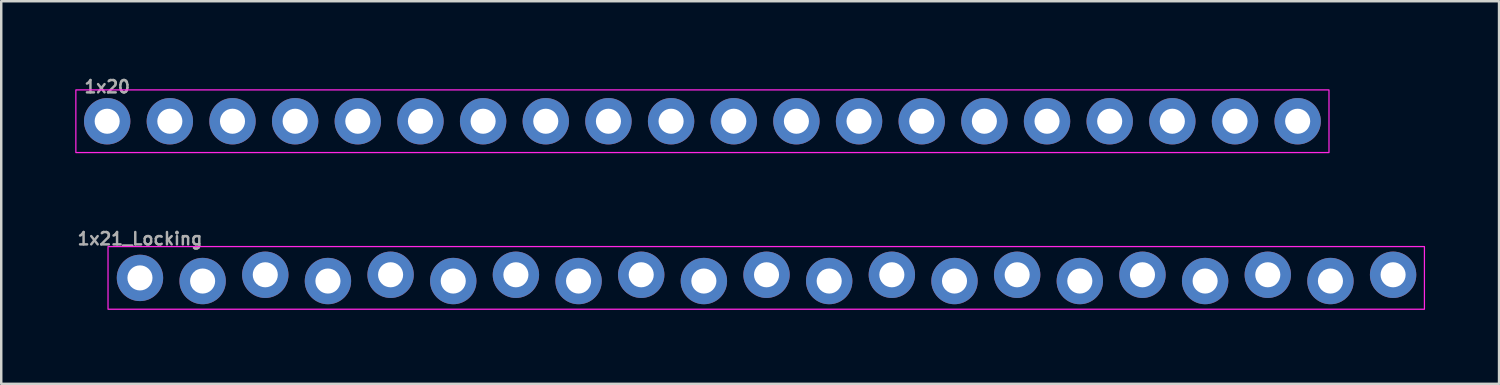
<source format=kicad_pcb>
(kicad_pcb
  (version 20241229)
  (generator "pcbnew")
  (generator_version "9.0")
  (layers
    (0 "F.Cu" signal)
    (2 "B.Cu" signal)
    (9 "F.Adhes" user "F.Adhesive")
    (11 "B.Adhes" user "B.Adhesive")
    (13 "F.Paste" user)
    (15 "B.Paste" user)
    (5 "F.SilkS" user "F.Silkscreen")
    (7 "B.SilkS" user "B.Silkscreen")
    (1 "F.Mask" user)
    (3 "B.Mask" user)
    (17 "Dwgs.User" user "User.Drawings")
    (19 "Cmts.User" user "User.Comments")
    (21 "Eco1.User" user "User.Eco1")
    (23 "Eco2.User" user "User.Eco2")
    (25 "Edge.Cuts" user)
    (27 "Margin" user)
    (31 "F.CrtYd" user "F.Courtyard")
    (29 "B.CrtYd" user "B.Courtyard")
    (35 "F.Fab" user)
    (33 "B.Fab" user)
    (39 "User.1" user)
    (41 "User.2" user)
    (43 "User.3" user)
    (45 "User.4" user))
  (footprint "1x21_Locking"
    (layer "F.Cu")
    (at 2.624 8.216)
    (property "Reference" "1x21_Locking" (at 0 -1.587 0) (layer "F.Fab") (effects (font (size 0.5 0.5) (thickness 0.1))))
    (fp_rect (start -1.295 -1.27) (end 52.07 1.27) (stroke (width 0.05) (type default)) (fill no) (layer "F.CrtYd"))
    (fp_poly (pts (xy -0.254 0.254) (xy 0.254 0.254) (xy 0.254 -0.254) (xy -0.254 -0.254)) (stroke (width 0.1) (type default)) (fill no) (layer "F.Fab"))
    (fp_poly (pts (xy 2.286 0.254) (xy 2.794 0.254) (xy 2.794 -0.254) (xy 2.286 -0.254)) (stroke (width 0.1) (type default)) (fill no) (layer "F.Fab"))
    (fp_poly (pts (xy 4.826 0.254) (xy 5.334 0.254) (xy 5.334 -0.254) (xy 4.826 -0.254)) (stroke (width 0.1) (type default)) (fill no) (layer "F.Fab"))
    (fp_poly (pts (xy 7.366 0.254) (xy 7.874 0.254) (xy 7.874 -0.254) (xy 7.366 -0.254)) (stroke (width 0.1) (type default)) (fill no) (layer "F.Fab"))
    (fp_poly (pts (xy 9.906 0.254) (xy 10.414 0.254) (xy 10.414 -0.254) (xy 9.906 -0.254)) (stroke (width 0.1) (type default)) (fill no) (layer "F.Fab"))
    (fp_poly (pts (xy 12.446 0.254) (xy 12.954 0.254) (xy 12.954 -0.254) (xy 12.446 -0.254)) (stroke (width 0.1) (type default)) (fill no) (layer "F.Fab"))
    (fp_poly (pts (xy 14.986 0.254) (xy 15.494 0.254) (xy 15.494 -0.254) (xy 14.986 -0.254)) (stroke (width 0.1) (type default)) (fill no) (layer "F.Fab"))
    (fp_poly (pts (xy 17.526 0.254) (xy 18.034 0.254) (xy 18.034 -0.254) (xy 17.526 -0.254)) (stroke (width 0.1) (type default)) (fill no) (layer "F.Fab"))
    (fp_poly (pts (xy 20.066 0.254) (xy 20.574 0.254) (xy 20.574 -0.254) (xy 20.066 -0.254)) (stroke (width 0.1) (type default)) (fill no) (layer "F.Fab"))
    (fp_poly (pts (xy 22.606 0.254) (xy 23.114 0.254) (xy 23.114 -0.254) (xy 22.606 -0.254)) (stroke (width 0.1) (type default)) (fill no) (layer "F.Fab"))
    (fp_poly (pts (xy 25.146 0.254) (xy 25.654 0.254) (xy 25.654 -0.254) (xy 25.146 -0.254)) (stroke (width 0.1) (type default)) (fill no) (layer "F.Fab"))
    (fp_poly (pts (xy 27.686 0.254) (xy 28.194 0.254) (xy 28.194 -0.254) (xy 27.686 -0.254)) (stroke (width 0.1) (type default)) (fill no) (layer "F.Fab"))
    (fp_poly (pts (xy 30.226 0.254) (xy 30.734 0.254) (xy 30.734 -0.254) (xy 30.226 -0.254)) (stroke (width 0.1) (type default)) (fill no) (layer "F.Fab"))
    (fp_poly (pts (xy 32.766 0.254) (xy 33.274 0.254) (xy 33.274 -0.254) (xy 32.766 -0.254)) (stroke (width 0.1) (type default)) (fill no) (layer "F.Fab"))
    (fp_poly (pts (xy 35.306 0.254) (xy 35.814 0.254) (xy 35.814 -0.254) (xy 35.306 -0.254)) (stroke (width 0.1) (type default)) (fill no) (layer "F.Fab"))
    (fp_poly (pts (xy 37.846 0.254) (xy 38.354 0.254) (xy 38.354 -0.254) (xy 37.846 -0.254)) (stroke (width 0.1) (type default)) (fill no) (layer "F.Fab"))
    (fp_poly (pts (xy 40.386 0.254) (xy 40.894 0.254) (xy 40.894 -0.254) (xy 40.386 -0.254)) (stroke (width 0.1) (type default)) (fill no) (layer "F.Fab"))
    (fp_poly (pts (xy 42.926 0.254) (xy 43.434 0.254) (xy 43.434 -0.254) (xy 42.926 -0.254)) (stroke (width 0.1) (type default)) (fill no) (layer "F.Fab"))
    (fp_poly (pts (xy 45.466 0.254) (xy 45.974 0.254) (xy 45.974 -0.254) (xy 45.466 -0.254)) (stroke (width 0.1) (type default)) (fill no) (layer "F.Fab"))
    (fp_poly (pts (xy 48.006 0.254) (xy 48.514 0.254) (xy 48.514 -0.254) (xy 48.006 -0.254)) (stroke (width 0.1) (type default)) (fill no) (layer "F.Fab"))
    (fp_poly (pts (xy 50.546 0.254) (xy 51.054 0.254) (xy 51.054 -0.254) (xy 50.546 -0.254)) (stroke (width 0.1) (type default)) (fill no) (layer "F.Fab"))
    (pad "1" thru_hole circle (at 0 0 90) (size 1.88 1.88) (drill 1.016) (layers "*.Cu" "*.Mask") (remove_unused_layers yes) (keep_end_layers yes) (zone_layer_connections))
    (pad "2" thru_hole circle (at 2.54 0.127 90) (size 1.88 1.88) (drill 1.016) (layers "*.Cu" "*.Mask") (remove_unused_layers yes) (keep_end_layers yes) (zone_layer_connections))
    (pad "3" thru_hole circle (at 5.08 -0.127 90) (size 1.88 1.88) (drill 1.016) (layers "*.Cu" "*.Mask") (remove_unused_layers yes) (keep_end_layers yes) (zone_layer_connections))
    (pad "4" thru_hole circle (at 7.62 0.127 90) (size 1.88 1.88) (drill 1.016) (layers "*.Cu" "*.Mask") (remove_unused_layers yes) (keep_end_layers yes) (zone_layer_connections))
    (pad "5" thru_hole circle (at 10.16 -0.127 90) (size 1.88 1.88) (drill 1.016) (layers "*.Cu" "*.Mask") (remove_unused_layers yes) (keep_end_layers yes) (zone_layer_connections))
    (pad "6" thru_hole circle (at 12.7 0.127 90) (size 1.88 1.88) (drill 1.016) (layers "*.Cu" "*.Mask") (remove_unused_layers yes) (keep_end_layers yes) (zone_layer_connections))
    (pad "7" thru_hole circle (at 15.24 -0.127 90) (size 1.88 1.88) (drill 1.016) (layers "*.Cu" "*.Mask") (remove_unused_layers yes) (keep_end_layers yes) (zone_layer_connections))
    (pad "8" thru_hole circle (at 17.78 0.127 90) (size 1.88 1.88) (drill 1.016) (layers "*.Cu" "*.Mask") (remove_unused_layers yes) (keep_end_layers yes) (zone_layer_connections))
    (pad "9" thru_hole circle (at 20.32 -0.127 90) (size 1.88 1.88) (drill 1.016) (layers "*.Cu" "*.Mask") (remove_unused_layers yes) (keep_end_layers yes) (zone_layer_connections))
    (pad "10" thru_hole circle (at 22.86 0.127 90) (size 1.88 1.88) (drill 1.016) (layers "*.Cu" "*.Mask") (remove_unused_layers yes) (keep_end_layers yes) (zone_layer_connections))
    (pad "11" thru_hole circle (at 25.4 -0.127 90) (size 1.88 1.88) (drill 1.016) (layers "*.Cu" "*.Mask") (remove_unused_layers yes) (keep_end_layers yes) (zone_layer_connections))
    (pad "12" thru_hole circle (at 27.94 0.127 90) (size 1.88 1.88) (drill 1.016) (layers "*.Cu" "*.Mask") (remove_unused_layers yes) (keep_end_layers yes) (zone_layer_connections))
    (pad "13" thru_hole circle (at 30.48 -0.127 90) (size 1.88 1.88) (drill 1.016) (layers "*.Cu" "*.Mask") (remove_unused_layers yes) (keep_end_layers yes) (zone_layer_connections))
    (pad "14" thru_hole circle (at 33.02 0.127 90) (size 1.88 1.88) (drill 1.016) (layers "*.Cu" "*.Mask") (remove_unused_layers yes) (keep_end_layers yes) (zone_layer_connections))
    (pad "15" thru_hole circle (at 35.56 -0.127 90) (size 1.88 1.88) (drill 1.016) (layers "*.Cu" "*.Mask") (remove_unused_layers yes) (keep_end_layers yes) (zone_layer_connections))
    (pad "16" thru_hole circle (at 38.1 0.127 90) (size 1.88 1.88) (drill 1.016) (layers "*.Cu" "*.Mask") (remove_unused_layers yes) (keep_end_layers yes) (zone_layer_connections))
    (pad "17" thru_hole circle (at 40.64 -0.127 90) (size 1.88 1.88) (drill 1.016) (layers "*.Cu" "*.Mask") (remove_unused_layers yes) (keep_end_layers yes) (zone_layer_connections))
    (pad "18" thru_hole circle (at 43.18 0.127 90) (size 1.88 1.88) (drill 1.016) (layers "*.Cu" "*.Mask") (remove_unused_layers yes) (keep_end_layers yes) (zone_layer_connections))
    (pad "19" thru_hole circle (at 45.72 -0.127 90) (size 1.88 1.88) (drill 1.016) (layers "*.Cu" "*.Mask") (remove_unused_layers yes) (keep_end_layers yes) (zone_layer_connections))
    (pad "20" thru_hole circle (at 48.26 0.127 90) (size 1.88 1.88) (drill 1.016) (layers "*.Cu" "*.Mask") (remove_unused_layers yes) (keep_end_layers yes) (zone_layer_connections))
    (pad "21" thru_hole circle (at 50.8 -0.127 90) (size 1.88 1.88) (drill 1.016) (layers "*.Cu" "*.Mask") (remove_unused_layers yes) (keep_end_layers yes) (zone_layer_connections)))
  (footprint "1x20"
    (layer "F.Cu")
    (at 1.295 1.865)
    (property "Reference" "1x20" (at 0 -1.397 0) (layer "F.Fab") (effects (font (size 0.5 0.5) (thickness 0.1))))
    (fp_rect (start -1.27 -1.27) (end 49.53 1.27) (stroke (width 0.05) (type default)) (fill no) (layer "F.CrtYd"))
    (fp_poly (pts (xy -0.254 0.254) (xy 0.254 0.254) (xy 0.254 -0.254) (xy -0.254 -0.254)) (stroke (width 0.1) (type default)) (fill no) (layer "F.Fab"))
    (fp_poly (pts (xy 2.286 0.254) (xy 2.794 0.254) (xy 2.794 -0.254) (xy 2.286 -0.254)) (stroke (width 0.1) (type default)) (fill no) (layer "F.Fab"))
    (fp_poly (pts (xy 4.826 0.254) (xy 5.334 0.254) (xy 5.334 -0.254) (xy 4.826 -0.254)) (stroke (width 0.1) (type default)) (fill no) (layer "F.Fab"))
    (fp_poly (pts (xy 7.366 0.254) (xy 7.874 0.254) (xy 7.874 -0.254) (xy 7.366 -0.254)) (stroke (width 0.1) (type default)) (fill no) (layer "F.Fab"))
    (fp_poly (pts (xy 9.906 0.254) (xy 10.414 0.254) (xy 10.414 -0.254) (xy 9.906 -0.254)) (stroke (width 0.1) (type default)) (fill no) (layer "F.Fab"))
    (fp_poly (pts (xy 12.446 0.254) (xy 12.954 0.254) (xy 12.954 -0.254) (xy 12.446 -0.254)) (stroke (width 0.1) (type default)) (fill no) (layer "F.Fab"))
    (fp_poly (pts (xy 14.986 0.254) (xy 15.494 0.254) (xy 15.494 -0.254) (xy 14.986 -0.254)) (stroke (width 0.1) (type default)) (fill no) (layer "F.Fab"))
    (fp_poly (pts (xy 17.526 0.254) (xy 18.034 0.254) (xy 18.034 -0.254) (xy 17.526 -0.254)) (stroke (width 0.1) (type default)) (fill no) (layer "F.Fab"))
    (fp_poly (pts (xy 20.066 0.254) (xy 20.574 0.254) (xy 20.574 -0.254) (xy 20.066 -0.254)) (stroke (width 0.1) (type default)) (fill no) (layer "F.Fab"))
    (fp_poly (pts (xy 22.606 0.254) (xy 23.114 0.254) (xy 23.114 -0.254) (xy 22.606 -0.254)) (stroke (width 0.1) (type default)) (fill no) (layer "F.Fab"))
    (fp_poly (pts (xy 25.146 0.254) (xy 25.654 0.254) (xy 25.654 -0.254) (xy 25.146 -0.254)) (stroke (width 0.1) (type default)) (fill no) (layer "F.Fab"))
    (fp_poly (pts (xy 27.686 0.254) (xy 28.194 0.254) (xy 28.194 -0.254) (xy 27.686 -0.254)) (stroke (width 0.1) (type default)) (fill no) (layer "F.Fab"))
    (fp_poly (pts (xy 30.226 0.254) (xy 30.734 0.254) (xy 30.734 -0.254) (xy 30.226 -0.254)) (stroke (width 0.1) (type default)) (fill no) (layer "F.Fab"))
    (fp_poly (pts (xy 32.766 0.254) (xy 33.274 0.254) (xy 33.274 -0.254) (xy 32.766 -0.254)) (stroke (width 0.1) (type default)) (fill no) (layer "F.Fab"))
    (fp_poly (pts (xy 35.306 0.254) (xy 35.814 0.254) (xy 35.814 -0.254) (xy 35.306 -0.254)) (stroke (width 0.1) (type default)) (fill no) (layer "F.Fab"))
    (fp_poly (pts (xy 37.846 0.254) (xy 38.354 0.254) (xy 38.354 -0.254) (xy 37.846 -0.254)) (stroke (width 0.1) (type default)) (fill no) (layer "F.Fab"))
    (fp_poly (pts (xy 40.386 0.254) (xy 40.894 0.254) (xy 40.894 -0.254) (xy 40.386 -0.254)) (stroke (width 0.1) (type default)) (fill no) (layer "F.Fab"))
    (fp_poly (pts (xy 42.926 0.254) (xy 43.434 0.254) (xy 43.434 -0.254) (xy 42.926 -0.254)) (stroke (width 0.1) (type default)) (fill no) (layer "F.Fab"))
    (fp_poly (pts (xy 45.466 0.254) (xy 45.974 0.254) (xy 45.974 -0.254) (xy 45.466 -0.254)) (stroke (width 0.1) (type default)) (fill no) (layer "F.Fab"))
    (fp_poly (pts (xy 48.006 0.254) (xy 48.514 0.254) (xy 48.514 -0.254) (xy 48.006 -0.254)) (stroke (width 0.1) (type default)) (fill no) (layer "F.Fab"))
    (pad "1" thru_hole circle (at 0 0 90) (size 1.88 1.88) (drill 1.016) (layers "*.Cu" "*.Mask") (remove_unused_layers yes) (keep_end_layers yes) (zone_layer_connections))
    (pad "2" thru_hole circle (at 2.54 0 90) (size 1.88 1.88) (drill 1.016) (layers "*.Cu" "*.Mask") (remove_unused_layers yes) (keep_end_layers yes) (zone_layer_connections))
    (pad "3" thru_hole circle (at 5.08 0 90) (size 1.88 1.88) (drill 1.016) (layers "*.Cu" "*.Mask") (remove_unused_layers yes) (keep_end_layers yes) (zone_layer_connections))
    (pad "4" thru_hole circle (at 7.62 0 90) (size 1.88 1.88) (drill 1.016) (layers "*.Cu" "*.Mask") (remove_unused_layers yes) (keep_end_layers yes) (zone_layer_connections))
    (pad "5" thru_hole circle (at 10.16 0 90) (size 1.88 1.88) (drill 1.016) (layers "*.Cu" "*.Mask") (remove_unused_layers yes) (keep_end_layers yes) (zone_layer_connections))
    (pad "6" thru_hole circle (at 12.7 0 90) (size 1.88 1.88) (drill 1.016) (layers "*.Cu" "*.Mask") (remove_unused_layers yes) (keep_end_layers yes) (zone_layer_connections))
    (pad "7" thru_hole circle (at 15.24 0 90) (size 1.88 1.88) (drill 1.016) (layers "*.Cu" "*.Mask") (remove_unused_layers yes) (keep_end_layers yes) (zone_layer_connections))
    (pad "8" thru_hole circle (at 17.78 0 90) (size 1.88 1.88) (drill 1.016) (layers "*.Cu" "*.Mask") (remove_unused_layers yes) (keep_end_layers yes) (zone_layer_connections))
    (pad "9" thru_hole circle (at 20.32 0 90) (size 1.88 1.88) (drill 1.016) (layers "*.Cu" "*.Mask") (remove_unused_layers yes) (keep_end_layers yes) (zone_layer_connections))
    (pad "10" thru_hole circle (at 22.86 0 90) (size 1.88 1.88) (drill 1.016) (layers "*.Cu" "*.Mask") (remove_unused_layers yes) (keep_end_layers yes) (zone_layer_connections))
    (pad "11" thru_hole circle (at 25.4 0 90) (size 1.88 1.88) (drill 1.016) (layers "*.Cu" "*.Mask") (remove_unused_layers yes) (keep_end_layers yes) (zone_layer_connections))
    (pad "12" thru_hole circle (at 27.94 0 90) (size 1.88 1.88) (drill 1.016) (layers "*.Cu" "*.Mask") (remove_unused_layers yes) (keep_end_layers yes) (zone_layer_connections))
    (pad "13" thru_hole circle (at 30.48 0 90) (size 1.88 1.88) (drill 1.016) (layers "*.Cu" "*.Mask") (remove_unused_layers yes) (keep_end_layers yes) (zone_layer_connections))
    (pad "14" thru_hole circle (at 33.02 0 90) (size 1.88 1.88) (drill 1.016) (layers "*.Cu" "*.Mask") (remove_unused_layers yes) (keep_end_layers yes) (zone_layer_connections))
    (pad "15" thru_hole circle (at 35.56 0 90) (size 1.88 1.88) (drill 1.016) (layers "*.Cu" "*.Mask") (remove_unused_layers yes) (keep_end_layers yes) (zone_layer_connections))
    (pad "16" thru_hole circle (at 38.1 0 90) (size 1.88 1.88) (drill 1.016) (layers "*.Cu" "*.Mask") (remove_unused_layers yes) (keep_end_layers yes) (zone_layer_connections))
    (pad "17" thru_hole circle (at 40.64 0 90) (size 1.88 1.88) (drill 1.016) (layers "*.Cu" "*.Mask") (remove_unused_layers yes) (keep_end_layers yes) (zone_layer_connections))
    (pad "18" thru_hole circle (at 43.18 0 90) (size 1.88 1.88) (drill 1.016) (layers "*.Cu" "*.Mask") (remove_unused_layers yes) (keep_end_layers yes) (zone_layer_connections))
    (pad "19" thru_hole circle (at 45.72 0 90) (size 1.88 1.88) (drill 1.016) (layers "*.Cu" "*.Mask") (remove_unused_layers yes) (keep_end_layers yes) (zone_layer_connections))
    (pad "20" thru_hole circle (at 48.26 0 90) (size 1.88 1.88) (drill 1.016) (layers "*.Cu" "*.Mask") (remove_unused_layers yes) (keep_end_layers yes) (zone_layer_connections)))
  (gr_rect
    (start -3 -3)
    (end 57.719 12.511)
    (stroke (width 0.1) (type default))
    (fill no)
    (layer "Edge.Cuts")))
</source>
